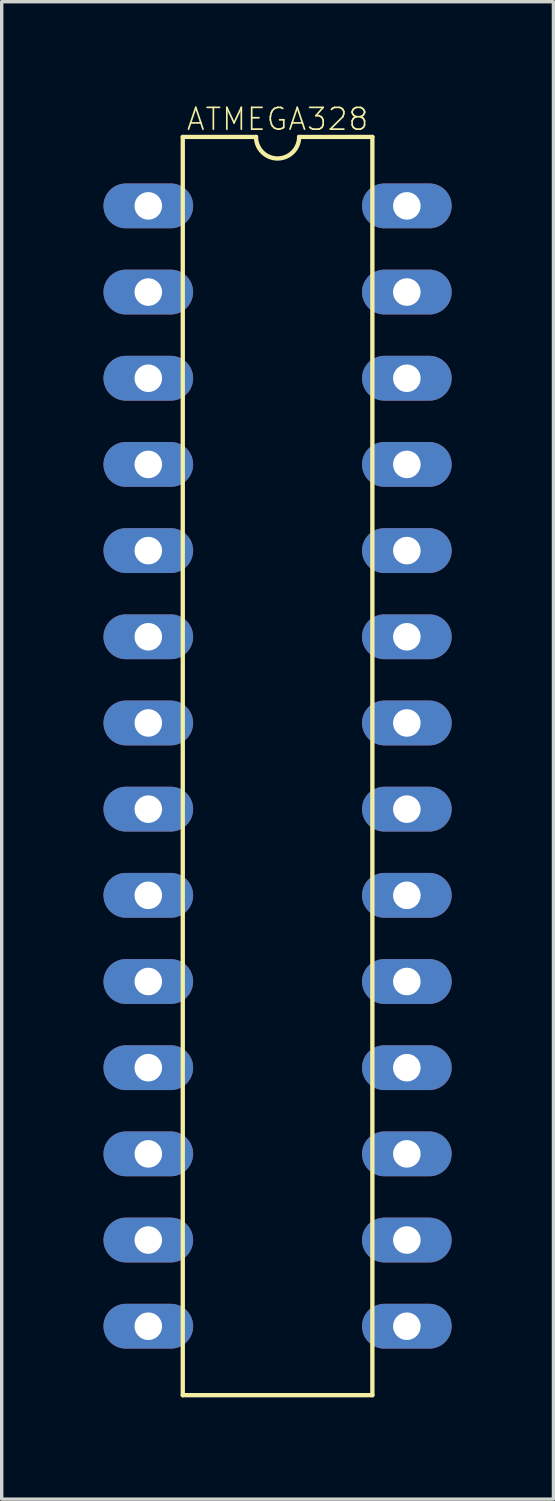
<source format=kicad_pcb>
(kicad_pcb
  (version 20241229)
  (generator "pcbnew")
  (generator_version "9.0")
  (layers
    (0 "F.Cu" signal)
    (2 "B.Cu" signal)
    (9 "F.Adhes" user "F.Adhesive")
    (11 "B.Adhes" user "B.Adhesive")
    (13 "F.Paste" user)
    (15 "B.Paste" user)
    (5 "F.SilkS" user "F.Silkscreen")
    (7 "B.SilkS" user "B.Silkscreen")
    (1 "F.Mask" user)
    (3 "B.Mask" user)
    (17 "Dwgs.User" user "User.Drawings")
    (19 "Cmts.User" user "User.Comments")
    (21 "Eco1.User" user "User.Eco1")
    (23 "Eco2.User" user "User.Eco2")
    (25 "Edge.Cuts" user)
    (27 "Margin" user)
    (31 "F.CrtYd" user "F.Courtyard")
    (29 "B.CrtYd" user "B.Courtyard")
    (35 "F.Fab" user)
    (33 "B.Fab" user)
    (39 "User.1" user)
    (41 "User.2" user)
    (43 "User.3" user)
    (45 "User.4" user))
  (footprint "ATMEGA328"
    (layer "F.Cu")
    (at 5.131 19.528)
    (property "Reference" "ATMEGA328" (at 0 -19.066 0) (layer "F.SilkS") (effects (font (size 0.641 0.641) (thickness 0.05))))
    (attr through_hole)
    (fp_line (start -2.794 -18.542) (end -2.794 18.542) (stroke (width 0.127) (type solid)) (layer "F.SilkS"))
    (fp_line (start -0.635 -18.542) (end -2.794 -18.542) (stroke (width 0.127) (type solid)) (layer "F.SilkS"))
    (fp_line (start 2.794 -18.542) (end 0.635 -18.542) (stroke (width 0.127) (type solid)) (layer "F.SilkS"))
    (fp_line (start 2.794 -18.542) (end 2.794 18.542) (stroke (width 0.127) (type solid)) (layer "F.SilkS"))
    (fp_line (start 2.794 18.542) (end -2.794 18.542) (stroke (width 0.127) (type solid)) (layer "F.SilkS"))
    (fp_arc (start 0.635 -18.542) (mid 0 -17.907) (end -0.635 -18.542) (stroke (width 0.127) (type solid)) (layer "F.SilkS"))
    (pad "1" thru_hole oval (at -3.81 -16.51) (size 2.642 1.321) (drill 0.813) (layers "*.Cu" "*.Mask"))
    (pad "2" thru_hole oval (at -3.81 -13.97) (size 2.642 1.321) (drill 0.813) (layers "*.Cu" "*.Mask"))
    (pad "3" thru_hole oval (at -3.81 -11.43) (size 2.642 1.321) (drill 0.813) (layers "*.Cu" "*.Mask"))
    (pad "4" thru_hole oval (at -3.81 -8.89) (size 2.642 1.321) (drill 0.813) (layers "*.Cu" "*.Mask"))
    (pad "5" thru_hole oval (at -3.81 -6.35) (size 2.642 1.321) (drill 0.813) (layers "*.Cu" "*.Mask"))
    (pad "6" thru_hole oval (at -3.81 -3.81) (size 2.642 1.321) (drill 0.813) (layers "*.Cu" "*.Mask"))
    (pad "7" thru_hole oval (at -3.81 -1.27) (size 2.642 1.321) (drill 0.813) (layers "*.Cu" "*.Mask"))
    (pad "8" thru_hole oval (at -3.81 1.27) (size 2.642 1.321) (drill 0.813) (layers "*.Cu" "*.Mask"))
    (pad "9" thru_hole oval (at -3.81 3.81) (size 2.642 1.321) (drill 0.813) (layers "*.Cu" "*.Mask"))
    (pad "10" thru_hole oval (at -3.81 6.35) (size 2.642 1.321) (drill 0.813) (layers "*.Cu" "*.Mask"))
    (pad "11" thru_hole oval (at -3.81 8.89) (size 2.642 1.321) (drill 0.813) (layers "*.Cu" "*.Mask"))
    (pad "12" thru_hole oval (at -3.81 11.43) (size 2.642 1.321) (drill 0.813) (layers "*.Cu" "*.Mask"))
    (pad "13" thru_hole oval (at -3.81 13.97) (size 2.642 1.321) (drill 0.813) (layers "*.Cu" "*.Mask"))
    (pad "14" thru_hole oval (at -3.81 16.51) (size 2.642 1.321) (drill 0.813) (layers "*.Cu" "*.Mask"))
    (pad "15" thru_hole oval (at 3.81 16.51) (size 2.642 1.321) (drill 0.813) (layers "*.Cu" "*.Mask"))
    (pad "16" thru_hole oval (at 3.81 13.97) (size 2.642 1.321) (drill 0.813) (layers "*.Cu" "*.Mask"))
    (pad "17" thru_hole oval (at 3.81 11.43) (size 2.642 1.321) (drill 0.813) (layers "*.Cu" "*.Mask"))
    (pad "18" thru_hole oval (at 3.81 8.89) (size 2.642 1.321) (drill 0.813) (layers "*.Cu" "*.Mask"))
    (pad "19" thru_hole oval (at 3.81 6.35) (size 2.642 1.321) (drill 0.813) (layers "*.Cu" "*.Mask"))
    (pad "20" thru_hole oval (at 3.81 3.81) (size 2.642 1.321) (drill 0.813) (layers "*.Cu" "*.Mask"))
    (pad "21" thru_hole oval (at 3.81 1.27) (size 2.642 1.321) (drill 0.813) (layers "*.Cu" "*.Mask"))
    (pad "22" thru_hole oval (at 3.81 -1.27) (size 2.642 1.321) (drill 0.813) (layers "*.Cu" "*.Mask"))
    (pad "23" thru_hole oval (at 3.81 -3.81) (size 2.642 1.321) (drill 0.813) (layers "*.Cu" "*.Mask"))
    (pad "24" thru_hole oval (at 3.81 -6.35) (size 2.642 1.321) (drill 0.813) (layers "*.Cu" "*.Mask"))
    (pad "25" thru_hole oval (at 3.81 -8.89) (size 2.642 1.321) (drill 0.813) (layers "*.Cu" "*.Mask"))
    (pad "26" thru_hole oval (at 3.81 -11.43) (size 2.642 1.321) (drill 0.813) (layers "*.Cu" "*.Mask"))
    (pad "27" thru_hole oval (at 3.81 -13.97) (size 2.642 1.321) (drill 0.813) (layers "*.Cu" "*.Mask"))
    (pad "28" thru_hole oval (at 3.81 -16.51) (size 2.642 1.321) (drill 0.813) (layers "*.Cu" "*.Mask")))
  (gr_rect
    (start -3 -3)
    (end 13.262 41.134)
    (stroke (width 0.1) (type default))
    (fill no)
    (layer "Edge.Cuts")))
</source>
